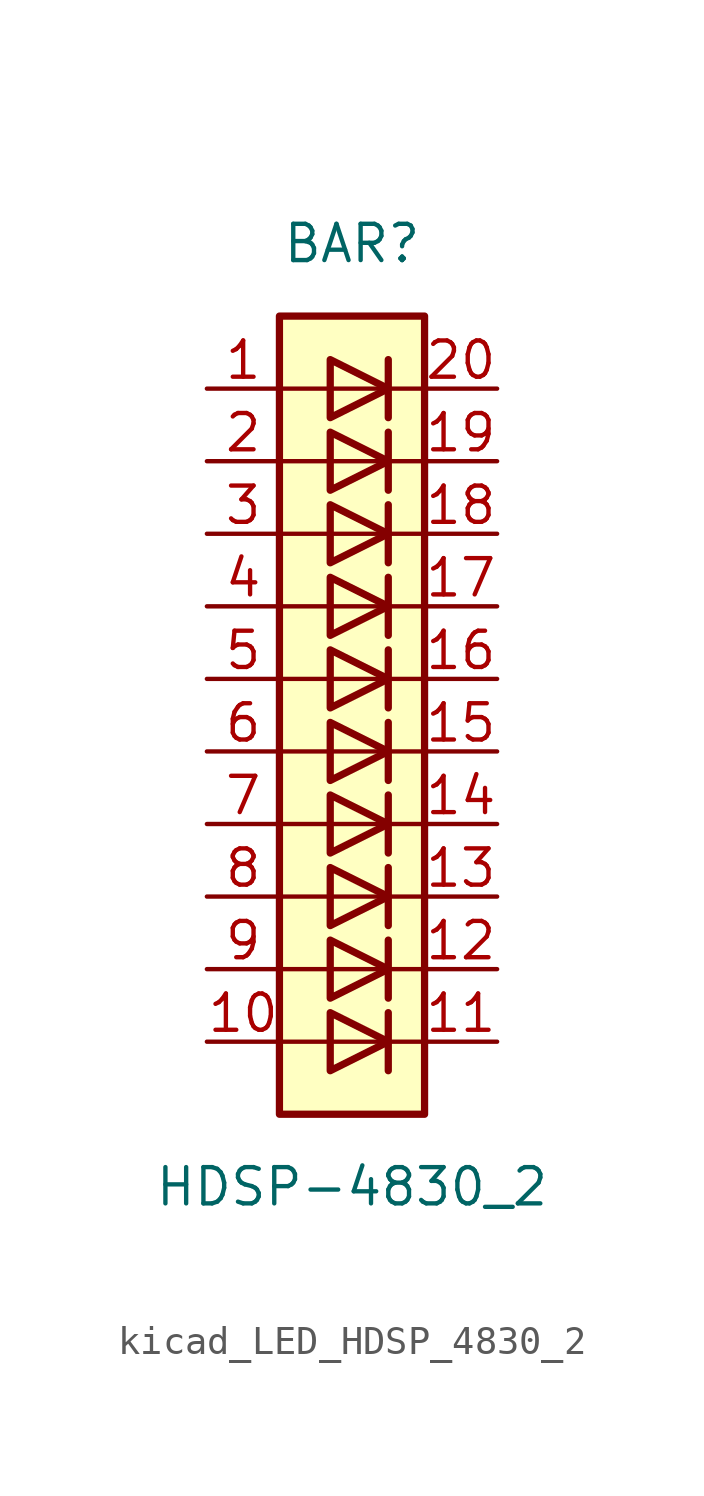
<source format=kicad_sym>
(kicad_symbol_lib
  (version 20220914)
  (generator kicad_symbol_editor)
  (symbol "kicad_LED_HDSP_4830_2"
    (pin_names
      (offset 1.016) hide)
    (property "Reference" "BAR"
      (at 0 15.24 0)
      (effects (font (size 1.27 1.27))))
    (property "Value" "HDSP-4830_2"
      (at 0 -17.78 0)
      (effects (font (size 1.27 1.27))))
    (symbol "kicad_LED_HDSP_4830_2_0_1"
      (rectangle (start -2.54 12.7) (end 2.54 -15.24) (stroke (width 0.254) (type default)) (fill (type background)))
      (polyline (pts (xy -2.54 -12.7) (xy 2.54 -12.7)) (stroke (width 0) (type default)) (fill (type none)))
      (polyline (pts (xy -2.54 -10.16) (xy 2.54 -10.16)) (stroke (width 0) (type default)) (fill (type none)))
      (polyline (pts (xy -2.54 -7.62) (xy 2.54 -7.62)) (stroke (width 0) (type default)) (fill (type none)))
      (polyline (pts (xy -2.54 -5.08) (xy 2.54 -5.08)) (stroke (width 0) (type default)) (fill (type none)))
      (polyline (pts (xy -2.54 0) (xy 2.54 0)) (stroke (width 0) (type default)) (fill (type none)))
      (polyline (pts (xy -2.54 5.08) (xy 2.54 5.08)) (stroke (width 0) (type default)) (fill (type none)))
      (polyline (pts (xy -2.54 7.62) (xy 2.54 7.62)) (stroke (width 0) (type default)) (fill (type none)))
      (polyline (pts (xy -2.54 10.16) (xy 2.54 10.16)) (stroke (width 0) (type default)) (fill (type none)))
      (polyline (pts (xy 1.27 -11.684) (xy 1.27 -13.716)) (stroke (width 0.254) (type default)) (fill (type none)))
      (polyline (pts (xy 1.27 -9.144) (xy 1.27 -11.176)) (stroke (width 0.254) (type default)) (fill (type none)))
      (polyline (pts (xy 1.27 -6.604) (xy 1.27 -8.636)) (stroke (width 0.254) (type default)) (fill (type none)))
      (polyline (pts (xy 1.27 -4.064) (xy 1.27 -6.096)) (stroke (width 0.254) (type default)) (fill (type none)))
      (polyline (pts (xy 1.27 -1.524) (xy 1.27 -3.556)) (stroke (width 0.254) (type default)) (fill (type none)))
      (polyline (pts (xy 1.27 1.016) (xy 1.27 -1.016)) (stroke (width 0.254) (type default)) (fill (type none)))
      (polyline (pts (xy 1.27 3.556) (xy 1.27 1.524)) (stroke (width 0.254) (type default)) (fill (type none)))
      (polyline (pts (xy 1.27 6.096) (xy 1.27 4.064)) (stroke (width 0.254) (type default)) (fill (type none)))
      (polyline (pts (xy 1.27 8.636) (xy 1.27 6.604)) (stroke (width 0.254) (type default)) (fill (type none)))
      (polyline (pts (xy 1.27 11.176) (xy 1.27 9.144)) (stroke (width 0.254) (type default)) (fill (type none)))
      (polyline (pts (xy 2.54 -2.54) (xy -2.54 -2.54)) (stroke (width 0) (type default)) (fill (type none)))
      (polyline (pts (xy 2.54 2.54) (xy -2.54 2.54)) (stroke (width 0) (type default)) (fill (type none)))
      (polyline (pts (xy -0.762 -11.684) (xy -0.762 -13.716) (xy 1.27 -12.7) (xy -0.762 -11.684)) (stroke (width 0.254) (type default)) (fill (type none)))
      (polyline (pts (xy -0.762 -9.144) (xy -0.762 -11.176) (xy 1.27 -10.16) (xy -0.762 -9.144)) (stroke (width 0.254) (type default)) (fill (type none)))
      (polyline (pts (xy -0.762 -6.604) (xy -0.762 -8.636) (xy 1.27 -7.62) (xy -0.762 -6.604)) (stroke (width 0.254) (type default)) (fill (type none)))
      (polyline (pts (xy -0.762 -4.064) (xy -0.762 -6.096) (xy 1.27 -5.08) (xy -0.762 -4.064)) (stroke (width 0.254) (type default)) (fill (type none)))
      (polyline (pts (xy -0.762 -1.524) (xy -0.762 -3.556) (xy 1.27 -2.54) (xy -0.762 -1.524)) (stroke (width 0.254) (type default)) (fill (type none)))
      (polyline (pts (xy -0.762 1.016) (xy -0.762 -1.016) (xy 1.27 0) (xy -0.762 1.016)) (stroke (width 0.254) (type default)) (fill (type none)))
      (polyline (pts (xy -0.762 3.556) (xy -0.762 1.524) (xy 1.27 2.54) (xy -0.762 3.556)) (stroke (width 0.254) (type default)) (fill (type none)))
      (polyline (pts (xy -0.762 6.096) (xy -0.762 4.064) (xy 1.27 5.08) (xy -0.762 6.096)) (stroke (width 0.254) (type default)) (fill (type none)))
      (polyline (pts (xy -0.762 8.636) (xy -0.762 6.604) (xy 1.27 7.62) (xy -0.762 8.636)) (stroke (width 0.254) (type default)) (fill (type none)))
      (polyline (pts (xy -0.762 11.176) (xy -0.762 9.144) (xy 1.27 10.16) (xy -0.762 11.176)) (stroke (width 0.254) (type default)) (fill (type none))))
    (symbol "kicad_LED_HDSP_4830_2_1_1"
      (pin passive line (at -5.08 10.16 0) (length 2.54) (name "A" (effects (font (size 1.27 1.27)))) (number "1" (effects (font (size 1.27 1.27)))))
      (pin passive line (at -5.08 -12.7 0) (length 2.54) (name "A" (effects (font (size 1.27 1.27)))) (number "10" (effects (font (size 1.27 1.27)))))
      (pin passive line (at 5.08 -12.7 180) (length 2.54) (name "K" (effects (font (size 1.27 1.27)))) (number "11" (effects (font (size 1.27 1.27)))))
      (pin passive line (at 5.08 -10.16 180) (length 2.54) (name "K" (effects (font (size 1.27 1.27)))) (number "12" (effects (font (size 1.27 1.27)))))
      (pin passive line (at 5.08 -7.62 180) (length 2.54) (name "K" (effects (font (size 1.27 1.27)))) (number "13" (effects (font (size 1.27 1.27)))))
      (pin passive line (at 5.08 -5.08 180) (length 2.54) (name "K" (effects (font (size 1.27 1.27)))) (number "14" (effects (font (size 1.27 1.27)))))
      (pin passive line (at 5.08 -2.54 180) (length 2.54) (name "K" (effects (font (size 1.27 1.27)))) (number "15" (effects (font (size 1.27 1.27)))))
      (pin passive line (at 5.08 0 180) (length 2.54) (name "K" (effects (font (size 1.27 1.27)))) (number "16" (effects (font (size 1.27 1.27)))))
      (pin passive line (at 5.08 2.54 180) (length 2.54) (name "K" (effects (font (size 1.27 1.27)))) (number "17" (effects (font (size 1.27 1.27)))))
      (pin passive line (at 5.08 5.08 180) (length 2.54) (name "K" (effects (font (size 1.27 1.27)))) (number "18" (effects (font (size 1.27 1.27)))))
      (pin passive line (at 5.08 7.62 180) (length 2.54) (name "K" (effects (font (size 1.27 1.27)))) (number "19" (effects (font (size 1.27 1.27)))))
      (pin passive line (at -5.08 7.62 0) (length 2.54) (name "A" (effects (font (size 1.27 1.27)))) (number "2" (effects (font (size 1.27 1.27)))))
      (pin passive line (at 5.08 10.16 180) (length 2.54) (name "K" (effects (font (size 1.27 1.27)))) (number "20" (effects (font (size 1.27 1.27)))))
      (pin passive line (at -5.08 5.08 0) (length 2.54) (name "A" (effects (font (size 1.27 1.27)))) (number "3" (effects (font (size 1.27 1.27)))))
      (pin passive line (at -5.08 2.54 0) (length 2.54) (name "A" (effects (font (size 1.27 1.27)))) (number "4" (effects (font (size 1.27 1.27)))))
      (pin passive line (at -5.08 0 0) (length 2.54) (name "A" (effects (font (size 1.27 1.27)))) (number "5" (effects (font (size 1.27 1.27)))))
      (pin passive line (at -5.08 -2.54 0) (length 2.54) (name "A" (effects (font (size 1.27 1.27)))) (number "6" (effects (font (size 1.27 1.27)))))
      (pin passive line (at -5.08 -5.08 0) (length 2.54) (name "A" (effects (font (size 1.27 1.27)))) (number "7" (effects (font (size 1.27 1.27)))))
      (pin passive line (at -5.08 -7.62 0) (length 2.54) (name "A" (effects (font (size 1.27 1.27)))) (number "8" (effects (font (size 1.27 1.27)))))
      (pin passive line (at -5.08 -10.16 0) (length 2.54) (name "A" (effects (font (size 1.27 1.27)))) (number "9" (effects (font (size 1.27 1.27))))))))
</source>
